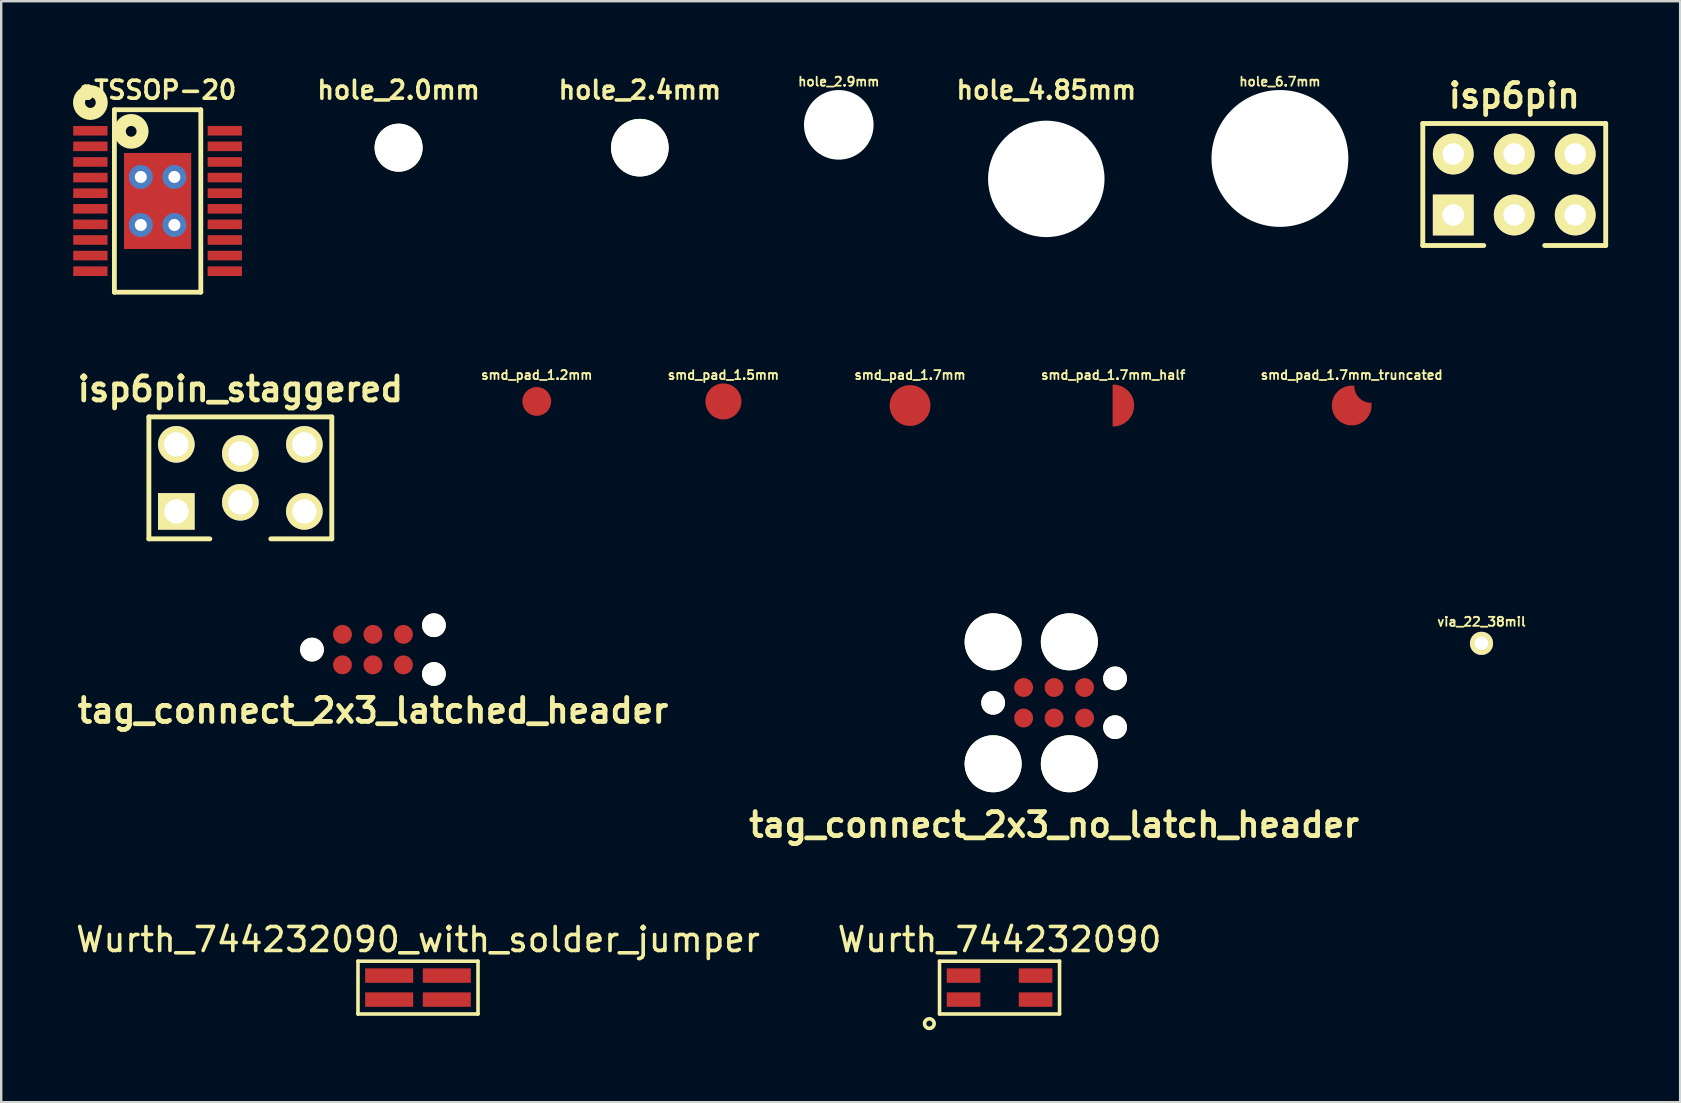
<source format=kicad_pcb>
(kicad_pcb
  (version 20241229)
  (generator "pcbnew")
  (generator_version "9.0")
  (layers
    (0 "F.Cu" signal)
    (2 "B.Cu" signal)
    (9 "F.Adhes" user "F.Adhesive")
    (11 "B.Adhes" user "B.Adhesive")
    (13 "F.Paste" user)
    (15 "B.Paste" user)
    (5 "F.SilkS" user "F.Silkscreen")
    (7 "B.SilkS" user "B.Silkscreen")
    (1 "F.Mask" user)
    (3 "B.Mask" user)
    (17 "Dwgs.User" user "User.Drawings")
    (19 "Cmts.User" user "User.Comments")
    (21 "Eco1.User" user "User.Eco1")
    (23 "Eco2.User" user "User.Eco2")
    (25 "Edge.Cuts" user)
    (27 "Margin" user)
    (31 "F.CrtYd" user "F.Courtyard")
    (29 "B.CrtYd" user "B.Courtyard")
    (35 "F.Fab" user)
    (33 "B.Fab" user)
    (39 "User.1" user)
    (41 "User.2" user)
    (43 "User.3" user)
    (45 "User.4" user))
  (footprint "hole_2.4mm"
    (layer "F.Cu")
    (at 23.605 3.102)
    (property "Reference" "hole_2.4mm" (at 0 -2.4 0) (layer "F.SilkS") (effects (font (size 0.75 0.75) (thickness 0.15))))
    (attr exclude_from_pos_files exclude_from_bom)
    (pad "" np_thru_hole circle (at 0 0) (size 2.4 2.4) (drill 2.4) (layers "*.Cu" "*.Mask" "F.SilkS")))
  (footprint "hole_2.9mm"
    (layer "F.Cu")
    (at 31.892 2.151)
    (property "Reference" "hole_2.9mm" (at 0 -1.8 0) (layer "F.SilkS") (effects (font (size 0.375 0.375) (thickness 0.075))))
    (attr exclude_from_pos_files exclude_from_bom)
    (pad "" np_thru_hole circle (at 0 0) (size 2.9 2.9) (drill 2.9) (layers "*.Cu" "*.Mask")))
  (footprint "smd_pad_1.7mm"
    (layer "F.Cu")
    (at 34.861 13.843)
    (property "Reference" "smd_pad_1.7mm" (at 0 -1.27 0) (layer "F.SilkS") (effects (font (size 0.375 0.375) (thickness 0.075))))
    (attr exclude_from_pos_files exclude_from_bom)
    (pad "" smd circle (at 0 0) (size 1.7 1.7) (layers "F.Cu")))
  (footprint "smd_pad_1.2mm"
    (layer "F.Cu")
    (at 19.311 13.673)
    (property "Reference" "smd_pad_1.2mm" (at 0 -1.1 0) (layer "F.SilkS") (effects (font (size 0.375 0.375) (thickness 0.075))))
    (attr exclude_from_pos_files exclude_from_bom)
    (pad "" smd circle (at 0 0) (size 1.2 1.2) (layers "F.Cu")))
  (footprint "smd_pad_1.7mm_truncated"
    (layer "F.Cu")
    (at 53.26 13.843)
    (property "Reference" "smd_pad_1.7mm_truncated" (at 0 -1.27 0) (layer "F.SilkS") (effects (font (size 0.375 0.375) (thickness 0.075))))
    (attr exclude_from_pos_files exclude_from_bom)
    (pad "" smd custom (at 0 0) (size 0.2 0.2) (layers "F.Cu") (options (anchor circle)) (primitives (gr_arc (start 0.8 -0.049934) (mid 0.266099 -0.269028) (end 0.04 -0.8) (width 0.05)) (gr_arc (start 0.76 -0.04) (mid 0.222599 -0.262599) (end 0 -0.8) (width 0.05)) (gr_arc (start 0.798906 -0.099243) (mid -0.565954 0.572535) (end 0.09 -0.8) (width 0.05)) (gr_arc (start 0.8 -0.09) (mid 0.297954 -0.297954) (end 0.09 -0.8) (width 0.05)) (gr_arc (start -0.25 0.4) (mid -0.435646 0.168779) (end -0.543023 -0.107622) (width 0.5)) (gr_arc (start 0.499518 0.192168) (mid 0.04997 -0.053067) (end -0.2 -0.5) (width 0.5)) (gr_arc (start 0.29905 0.408645) (mid -0.213204 0.181433) (end -0.5 -0.3) (width 0.5)) (gr_arc (start 0.25 0.5) (mid 0.173275 0.527418) (end 0.094525 0.548319) (width 0.5)) (gr_arc (start -0.2 0.5) (mid -0.206773 0.474376) (end -0.212846 0.448577) (width 0.5)) (gr_arc (start -0.1 0.55) (mid -0.106773 0.524376) (end -0.112846 0.498577) (width 0.5)) (gr_arc (start -0.55 0.1) (mid -0.556773 0.074376) (end -0.562846 0.048577) (width 0.5)) (gr_arc (start -0.35 0.45) (mid -0.356773 0.424376) (end -0.362846 0.398577) (width 0.5)) (gr_arc (start -0.5 0.3) (mid -0.506773 0.274376) (end -0.512846 0.248577) (width 0.5)) (gr_arc (start 0.35 0.45) (mid 0.343227 0.424376) (end 0.337154 0.398577) (width 0.5)) (gr_arc (start -0.35 -0.4) (mid -0.356773 -0.425624) (end -0.362846 -0.451423) (width 0.5)) (gr_arc (start 0.45 0.3) (mid 0.443227 0.274376) (end 0.437154 0.248577) (width 0.5)) (gr_arc (start -0.1 -0.5) (mid -0.106773 -0.525624) (end -0.112846 -0.551423) (width 0.5)) (gr_arc (start 0.55 0.1) (mid 0.524376 0.106773) (end 0.498577 0.112846) (width 0.5)))))
  (footprint "smd_pad_1.5mm"
    (layer "F.Cu")
    (at 27.086 13.673)
    (property "Reference" "smd_pad_1.5mm" (at 0 -1.1 0) (layer "F.SilkS") (effects (font (size 0.375 0.375) (thickness 0.075))))
    (attr exclude_from_pos_files exclude_from_bom)
    (pad "" smd circle (at 0 0) (size 1.5 1.5) (layers "F.Cu")))
  (footprint "isp6pin_staggered"
    (layer "F.Cu")
    (at 6.962 16.858)
    (property "Reference" "isp6pin_staggered" (at 0 -3.7 0) (layer "F.SilkS") (effects (font (size 1 1) (thickness 0.2))))
    (attr through_hole)
    (fp_line (start -3.81 -2.54) (end 3.81 -2.54) (stroke (width 0.203) (type solid)) (layer "F.SilkS"))
    (fp_line (start -3.81 2.54) (end -3.81 -2.54) (stroke (width 0.203) (type solid)) (layer "F.SilkS"))
    (fp_line (start -3.81 2.54) (end -1.27 2.54) (stroke (width 0.203) (type solid)) (layer "F.SilkS"))
    (fp_line (start 1.27 2.54) (end 3.81 2.54) (stroke (width 0.203) (type solid)) (layer "F.SilkS"))
    (fp_line (start 3.81 -2.54) (end 3.81 2.54) (stroke (width 0.203) (type solid)) (layer "F.SilkS"))
    (pad "1" thru_hole rect (at -2.667 1.397) (size 1.524 1.524) (drill 1.016) (layers "*.Cu" "*.Mask" "F.SilkS"))
    (pad "2" thru_hole circle (at -2.667 -1.397) (size 1.524 1.524) (drill 1.016) (layers "*.Cu" "*.Mask" "F.SilkS"))
    (pad "3" thru_hole circle (at 0 1.016) (size 1.524 1.524) (drill 1.016) (layers "*.Cu" "*.Mask" "F.SilkS"))
    (pad "4" thru_hole circle (at 0 -1.016) (size 1.524 1.524) (drill 1.016) (layers "*.Cu" "*.Mask" "F.SilkS"))
    (pad "5" thru_hole circle (at 2.667 1.397) (size 1.524 1.524) (drill 1.016) (layers "*.Cu" "*.Mask" "F.SilkS"))
    (pad "6" thru_hole circle (at 2.667 -1.397) (size 1.524 1.524) (drill 1.016) (layers "*.Cu" "*.Mask" "F.SilkS")))
  (footprint "hole_6.7mm"
    (layer "F.Cu")
    (at 50.269 3.551)
    (property "Reference" "hole_6.7mm" (at 0 -3.2 0) (layer "F.SilkS") (effects (font (size 0.375 0.375) (thickness 0.075))))
    (attr exclude_from_pos_files exclude_from_bom)
    (pad "" np_thru_hole circle (at 0 0) (size 5.7 5.7) (drill 5.7) (layers "*.Cu" "*.Mask")))
  (footprint "hole_4.85mm"
    (layer "F.Cu")
    (at 40.537 4.402)
    (property "Reference" "hole_4.85mm" (at 0 -3.7 0) (layer "F.SilkS") (effects (font (size 0.75 0.75) (thickness 0.15))))
    (attr exclude_from_pos_files exclude_from_bom)
    (pad "" np_thru_hole circle (at 0 0) (size 4.85 4.85) (drill 4.85) (layers "*.Cu" "*.Mask")))
  (footprint "via_22_38mil"
    (layer "F.Cu")
    (at 58.667 23.751)
    (property "Reference" "via_22_38mil" (at 0 -0.9 0) (layer "F.SilkS") (effects (font (size 0.375 0.375) (thickness 0.075))))
    (attr exclude_from_pos_files exclude_from_bom)
    (pad "1" thru_hole circle (at 0 0) (size 0.965 0.965) (drill 0.559) (layers "*.Cu" "*.Mask" "F.SilkS")))
  (footprint "eTSSOP-20"
    (layer "F.Cu")
    (at 3.515 5.322)
    (property "Reference" "eTSSOP-20" (at 0 -4.62 0) (layer "F.SilkS") (effects (font (size 0.75 0.75) (thickness 0.15))))
    (attr smd)
    (fp_line (start -1.8 -3.8) (end 1.8 -3.8) (stroke (width 0.2) (type solid)) (layer "F.SilkS"))
    (fp_line (start -1.8 3.8) (end -1.8 -3.8) (stroke (width 0.2) (type solid)) (layer "F.SilkS"))
    (fp_line (start 1.8 -3.8) (end 1.8 3.8) (stroke (width 0.2) (type solid)) (layer "F.SilkS"))
    (fp_line (start 1.8 3.8) (end -1.8 3.8) (stroke (width 0.2) (type solid)) (layer "F.SilkS"))
    (fp_circle (center -2.8 -4.1) (end -2.576 -4.1) (stroke (width 0.5) (type solid)) (fill no) (layer "F.SilkS"))
    (fp_circle (center -1.1 -2.9) (end -0.876 -2.9) (stroke (width 0.5) (type solid)) (fill no) (layer "F.SilkS"))
    (pad "1" smd rect (at -2.8 -2.925) (size 1.43 0.4) (layers "F.Cu" "F.Mask" "F.Paste"))
    (pad "2" smd rect (at -2.8 -2.275) (size 1.43 0.4) (layers "F.Cu" "F.Mask" "F.Paste"))
    (pad "3" smd rect (at -2.8 -1.625) (size 1.43 0.4) (layers "F.Cu" "F.Mask" "F.Paste"))
    (pad "4" smd rect (at -2.8 -0.975) (size 1.43 0.4) (layers "F.Cu" "F.Mask" "F.Paste"))
    (pad "5" smd rect (at -2.8 -0.325) (size 1.43 0.4) (layers "F.Cu" "F.Mask" "F.Paste"))
    (pad "6" smd rect (at -2.8 0.325) (size 1.43 0.4) (layers "F.Cu" "F.Mask" "F.Paste"))
    (pad "7" smd rect (at -2.8 0.975) (size 1.43 0.4) (layers "F.Cu" "F.Mask" "F.Paste"))
    (pad "8" smd rect (at -2.8 1.625) (size 1.43 0.4) (layers "F.Cu" "F.Mask" "F.Paste"))
    (pad "9" smd rect (at -2.8 2.275) (size 1.43 0.4) (layers "F.Cu" "F.Mask" "F.Paste"))
    (pad "10" smd rect (at -2.8 2.925) (size 1.43 0.4) (layers "F.Cu" "F.Mask" "F.Paste"))
    (pad "11" smd rect (at 2.8 2.925) (size 1.43 0.4) (layers "F.Cu" "F.Mask" "F.Paste"))
    (pad "12" smd rect (at 2.8 2.275) (size 1.43 0.4) (layers "F.Cu" "F.Mask" "F.Paste"))
    (pad "13" smd rect (at 2.8 1.625) (size 1.43 0.4) (layers "F.Cu" "F.Mask" "F.Paste"))
    (pad "14" smd rect (at 2.8 0.975) (size 1.43 0.4) (layers "F.Cu" "F.Mask" "F.Paste"))
    (pad "15" smd rect (at 2.8 0.325) (size 1.43 0.4) (layers "F.Cu" "F.Mask" "F.Paste"))
    (pad "16" smd rect (at 2.8 -0.325) (size 1.43 0.4) (layers "F.Cu" "F.Mask" "F.Paste"))
    (pad "17" smd rect (at 2.8 -0.975) (size 1.43 0.4) (layers "F.Cu" "F.Mask" "F.Paste"))
    (pad "18" smd rect (at 2.8 -1.625) (size 1.43 0.4) (layers "F.Cu" "F.Mask" "F.Paste"))
    (pad "19" smd rect (at 2.8 -2.275) (size 1.43 0.4) (layers "F.Cu" "F.Mask" "F.Paste"))
    (pad "20" smd rect (at 2.8 -2.925) (size 1.43 0.4) (layers "F.Cu" "F.Mask" "F.Paste"))
    (pad "21" thru_hole circle (at -0.7 -1 90) (size 1 1) (drill 0.5) (layers "*.Cu" "*.Mask"))
    (pad "21" thru_hole circle (at -0.7 1 90) (size 1 1) (drill 0.5) (layers "*.Cu" "*.Mask"))
    (pad "21" smd rect (at 0 0 90) (size 4 2.8) (layers "F.Cu" "F.Mask" "F.Paste"))
    (pad "21" thru_hole circle (at 0.7 -1 90) (size 1 1) (drill 0.5) (layers "*.Cu" "*.Mask"))
    (pad "21" thru_hole circle (at 0.7 1 90) (size 1 1) (drill 0.5) (layers "*.Cu" "*.Mask")))
  (footprint "tag_connect_2x3_latched_header"
    (layer "F.Cu")
    (at 12.486 24.011)
    (property "Reference" "tag_connect_2x3_latched_header" (at 0 2.54 0) (layer "F.SilkS") (effects (font (size 1 1) (thickness 0.2))))
    (attr through_hole)
    (pad "" np_thru_hole circle (at -2.54 0) (size 0.991 0.991) (drill 0.991) (layers "*.Cu" "*.Mask" "F.SilkS"))
    (pad "" np_thru_hole circle (at 2.54 -1.016) (size 0.991 0.991) (drill 0.991) (layers "*.Cu" "*.Mask" "F.SilkS"))
    (pad "" np_thru_hole circle (at 2.54 1.016) (size 0.991 0.991) (drill 0.991) (layers "*.Cu" "*.Mask" "F.SilkS"))
    (pad "1" smd circle (at -1.27 0.635) (size 0.787 0.787) (layers "F.Cu" "F.Mask"))
    (pad "2" smd circle (at -1.27 -0.635) (size 0.787 0.787) (layers "F.Cu" "F.Mask"))
    (pad "3" smd circle (at 0 0.635) (size 0.787 0.787) (layers "F.Cu" "F.Mask"))
    (pad "4" smd circle (at 0 -0.635) (size 0.787 0.787) (layers "F.Cu" "F.Mask"))
    (pad "5" smd circle (at 1.27 0.635) (size 0.787 0.787) (layers "F.Cu" "F.Mask"))
    (pad "6" smd circle (at 1.27 -0.635) (size 0.787 0.787) (layers "F.Cu" "F.Mask")))
  (footprint "isp6pin"
    (layer "F.Cu")
    (at 60.031 4.636)
    (property "Reference" "isp6pin" (at 0 -3.7 0) (layer "F.SilkS") (effects (font (size 1 1) (thickness 0.2))))
    (attr through_hole)
    (fp_line (start -3.81 -2.54) (end 3.81 -2.54) (stroke (width 0.203) (type solid)) (layer "F.SilkS"))
    (fp_line (start -3.81 2.54) (end -3.81 -2.54) (stroke (width 0.203) (type solid)) (layer "F.SilkS"))
    (fp_line (start -3.81 2.54) (end -1.27 2.54) (stroke (width 0.203) (type solid)) (layer "F.SilkS"))
    (fp_line (start 1.27 2.54) (end 3.81 2.54) (stroke (width 0.203) (type solid)) (layer "F.SilkS"))
    (fp_line (start 3.81 -2.54) (end 3.81 2.54) (stroke (width 0.203) (type solid)) (layer "F.SilkS"))
    (pad "1" thru_hole rect (at -2.54 1.27) (size 1.7 1.7) (drill 0.9) (layers "*.Cu" "*.Mask" "F.SilkS"))
    (pad "2" thru_hole circle (at -2.54 -1.27) (size 1.7 1.7) (drill 0.9) (layers "*.Cu" "*.Mask" "F.SilkS"))
    (pad "3" thru_hole circle (at 0 1.27) (size 1.7 1.7) (drill 0.9) (layers "*.Cu" "*.Mask" "F.SilkS"))
    (pad "4" thru_hole circle (at 0 -1.27) (size 1.7 1.7) (drill 0.9) (layers "*.Cu" "*.Mask" "F.SilkS"))
    (pad "5" thru_hole circle (at 2.54 1.27) (size 1.7 1.7) (drill 0.9) (layers "*.Cu" "*.Mask" "F.SilkS"))
    (pad "6" thru_hole circle (at 2.54 -1.27) (size 1.7 1.7) (drill 0.9) (layers "*.Cu" "*.Mask" "F.SilkS")))
  (footprint "Wurth_744232090_with_solder_jumper"
    (layer "F.Cu")
    (at 14.363 38.091)
    (property "Reference" "Wurth_744232090_with_solder_jumper" (at 0 -2 0) (layer "F.SilkS") (effects (font (size 1 1) (thickness 0.15))))
    (attr smd)
    (fp_line (start -2.5 -1.1) (end 2.5 -1.1) (stroke (width 0.15) (type solid)) (layer "F.SilkS"))
    (fp_line (start -2.5 1.1) (end -2.5 -1.1) (stroke (width 0.15) (type solid)) (layer "F.SilkS"))
    (fp_line (start 2.5 -1.1) (end 2.5 1.1) (stroke (width 0.15) (type solid)) (layer "F.SilkS"))
    (fp_line (start 2.5 1.1) (end -2.5 1.1) (stroke (width 0.15) (type solid)) (layer "F.SilkS"))
    (pad "1" smd trapezoid (at -1.2 0.5) (size 2 0.6) (layers "F.Cu" "F.Mask" "F.Paste"))
    (pad "2" smd trapezoid (at 1.2 0.5) (size 2 0.6) (layers "F.Cu" "F.Mask" "F.Paste"))
    (pad "3" smd trapezoid (at 1.2 -0.5) (size 2 0.6) (layers "F.Cu" "F.Mask" "F.Paste"))
    (pad "4" smd trapezoid (at -1.2 -0.5) (size 2 0.6) (layers "F.Cu" "F.Mask" "F.Paste")))
  (footprint "tag_connect_2x3_no_latch_header"
    (layer "F.Cu")
    (at 40.862 26.227)
    (property "Reference" "tag_connect_2x3_no_latch_header" (at 0 5.08 0) (layer "F.SilkS") (effects (font (size 1 1) (thickness 0.2))))
    (attr through_hole)
    (pad "" np_thru_hole circle (at -2.54 -2.54) (size 2.375 2.375) (drill 2.375) (layers "*.Cu" "*.Mask" "F.SilkS"))
    (pad "" np_thru_hole circle (at -2.54 0) (size 0.991 0.991) (drill 0.991) (layers "*.Cu" "*.Mask" "F.SilkS"))
    (pad "" np_thru_hole circle (at -2.54 2.54) (size 2.375 2.375) (drill 2.375) (layers "*.Cu" "*.Mask" "F.SilkS"))
    (pad "" np_thru_hole circle (at 0.635 -2.54) (size 2.375 2.375) (drill 2.375) (layers "*.Cu" "*.Mask" "F.SilkS"))
    (pad "" np_thru_hole circle (at 0.635 2.54) (size 2.375 2.375) (drill 2.375) (layers "*.Cu" "*.Mask" "F.SilkS"))
    (pad "" np_thru_hole circle (at 2.54 -1.016) (size 0.991 0.991) (drill 0.991) (layers "*.Cu" "*.Mask" "F.SilkS"))
    (pad "" np_thru_hole circle (at 2.54 1.016) (size 0.991 0.991) (drill 0.991) (layers "*.Cu" "*.Mask" "F.SilkS"))
    (pad "1" smd circle (at -1.27 0.635) (size 0.787 0.787) (layers "F.Cu" "F.Mask"))
    (pad "2" smd circle (at -1.27 -0.635) (size 0.787 0.787) (layers "F.Cu" "F.Mask"))
    (pad "3" smd circle (at 0 0.635) (size 0.787 0.787) (layers "F.Cu" "F.Mask"))
    (pad "4" smd circle (at 0 -0.635) (size 0.787 0.787) (layers "F.Cu" "F.Mask"))
    (pad "5" smd circle (at 1.27 0.635) (size 0.787 0.787) (layers "F.Cu" "F.Mask"))
    (pad "6" smd circle (at 1.27 -0.635) (size 0.787 0.787) (layers "F.Cu" "F.Mask")))
  (footprint "Wurth_744232090"
    (layer "F.Cu")
    (at 38.589 38.091)
    (property "Reference" "Wurth_744232090" (at 0 -2 0) (layer "F.SilkS") (effects (font (size 1 1) (thickness 0.15))))
    (attr through_hole)
    (fp_line (start -2.5 -1.1) (end 2.5 -1.1) (stroke (width 0.15) (type solid)) (layer "F.SilkS"))
    (fp_line (start -2.5 1.1) (end -2.5 -1.1) (stroke (width 0.15) (type solid)) (layer "F.SilkS"))
    (fp_line (start 2.5 -1.1) (end 2.5 1.1) (stroke (width 0.15) (type solid)) (layer "F.SilkS"))
    (fp_line (start 2.5 1.1) (end -2.5 1.1) (stroke (width 0.15) (type solid)) (layer "F.SilkS"))
    (fp_circle (center -2.924 1.5) (end -2.724 1.5) (stroke (width 0.15) (type solid)) (fill no) (layer "F.SilkS"))
    (pad "1" smd trapezoid (at -1.5 0.5) (size 1.4 0.6) (layers "F.Cu" "F.Mask" "F.Paste"))
    (pad "2" smd trapezoid (at 1.5 0.5) (size 1.4 0.6) (layers "F.Cu" "F.Mask" "F.Paste"))
    (pad "3" smd trapezoid (at 1.5 -0.5) (size 1.4 0.6) (layers "F.Cu" "F.Mask" "F.Paste"))
    (pad "4" smd trapezoid (at -1.5 -0.5) (size 1.4 0.6) (layers "F.Cu" "F.Mask" "F.Paste")))
  (footprint "smd_pad_1.7mm_half"
    (layer "F.Cu")
    (at 43.324 13.843)
    (property "Reference" "smd_pad_1.7mm_half" (at 0 -1.27 0) (layer "F.SilkS") (effects (font (size 0.375 0.375) (thickness 0.075))))
    (attr exclude_from_pos_files exclude_from_bom)
    (pad "" smd custom (at 0.45 0) (size 0.2 0.2) (layers "F.Cu") (options (anchor circle)) (primitives (gr_line (start -0.45 0.1) (end 0.35 0.1) (width 0.05)) (gr_line (start -0.45 0.05) (end 0.35 0.05) (width 0.05)) (gr_line (start -0.45 0.2) (end 0.35 0.2) (width 0.05)) (gr_line (start -0.45 0.7) (end 0 0.7) (width 0.05)) (gr_line (start -0.45 0.3) (end 0.3 0.3) (width 0.05)) (gr_line (start -0.45 0.55) (end 0.15 0.55) (width 0.05)) (gr_line (start -0.45 0.25) (end 0.35 0.25) (width 0.05)) (gr_line (start -0.45 0.45) (end 0.25 0.45) (width 0.05)) (gr_line (start -0.45 0.15) (end 0.35 0.15) (width 0.05)) (gr_line (start -0.45 0.65) (end 0.05 0.65) (width 0.05)) (gr_line (start -0.45 0.4) (end 0.3 0.4) (width 0.05)) (gr_line (start -0.45 0.5) (end 0.2 0.5) (width 0.05)) (gr_line (start -0.45 0.35) (end 0.3 0.35) (width 0.05)) (gr_line (start -0.45 0.6) (end 0.15 0.6) (width 0.05)) (gr_line (start -0.45 0) (end 0.4 0) (width 0.05)) (gr_line (start -0.45 0.75) (end -0.1 0.75) (width 0.05)) (gr_line (start -0.45 0.8) (end -0.2 0.8) (width 0.05)) (gr_arc (start -0.45 -0.85) (mid 0.4 0) (end -0.45 0.85) (width 0.05)) (gr_line (start -0.45 -0.4) (end 0.3 -0.4) (width 0.05)) (gr_line (start -0.45 -0.55) (end 0.15 -0.55) (width 0.05)) (gr_line (start -0.45 -0.35) (end 0.3 -0.35) (width 0.05)) (gr_line (start -0.45 -0.65) (end 0.05 -0.65) (width 0.05)) (gr_line (start -0.45 -0.45) (end 0.25 -0.45) (width 0.05)) (gr_line (start -0.45 -0.5) (end 0.2 -0.5) (width 0.05)) (gr_line (start -0.45 -0.7) (end 0 -0.7) (width 0.05)) (gr_line (start -0.45 -0.75) (end -0.1 -0.75) (width 0.05)) (gr_arc (start -0.45 -0.8) (mid 0.35 0) (end -0.45 0.8) (width 0.05)) (gr_line (start -0.45 -0.85) (end -0.45 0.85) (width 0.05)) (gr_line (start -0.45 -0.6) (end 0.15 -0.6) (width 0.05)) (gr_line (start -0.45 -0.8) (end -0.2 -0.8) (width 0.05)) (gr_line (start -0.45 -0.2) (end 0.35 -0.2) (width 0.05)) (gr_line (start -0.45 -0.25) (end 0.35 -0.25) (width 0.05)) (gr_line (start -0.45 0) (end 0.4 0) (width 0.05)) (gr_line (start -0.45 -0.05) (end 0.35 -0.05) (width 0.05)) (gr_line (start -0.45 -0.1) (end 0.35 -0.1) (width 0.05)) (gr_line (start -0.45 -0.15) (end 0.35 -0.15) (width 0.05)) (gr_line (start -0.45 -0.3) (end 0.3 -0.3) (width 0.05)))))
  (footprint "hole_2.0mm"
    (layer "F.Cu")
    (at 13.555 3.102)
    (property "Reference" "hole_2.0mm" (at 0 -2.4 0) (layer "F.SilkS") (effects (font (size 0.75 0.75) (thickness 0.15))))
    (attr exclude_from_pos_files exclude_from_bom)
    (pad "" np_thru_hole circle (at 0 0) (size 2 2) (drill 2) (layers "*.Cu" "*.Mask" "F.SilkS")))
  (gr_rect
    (start -3 -3)
    (end 66.942 42.866)
    (stroke (width 0.1) (type default))
    (fill no)
    (layer "Edge.Cuts")))
</source>
